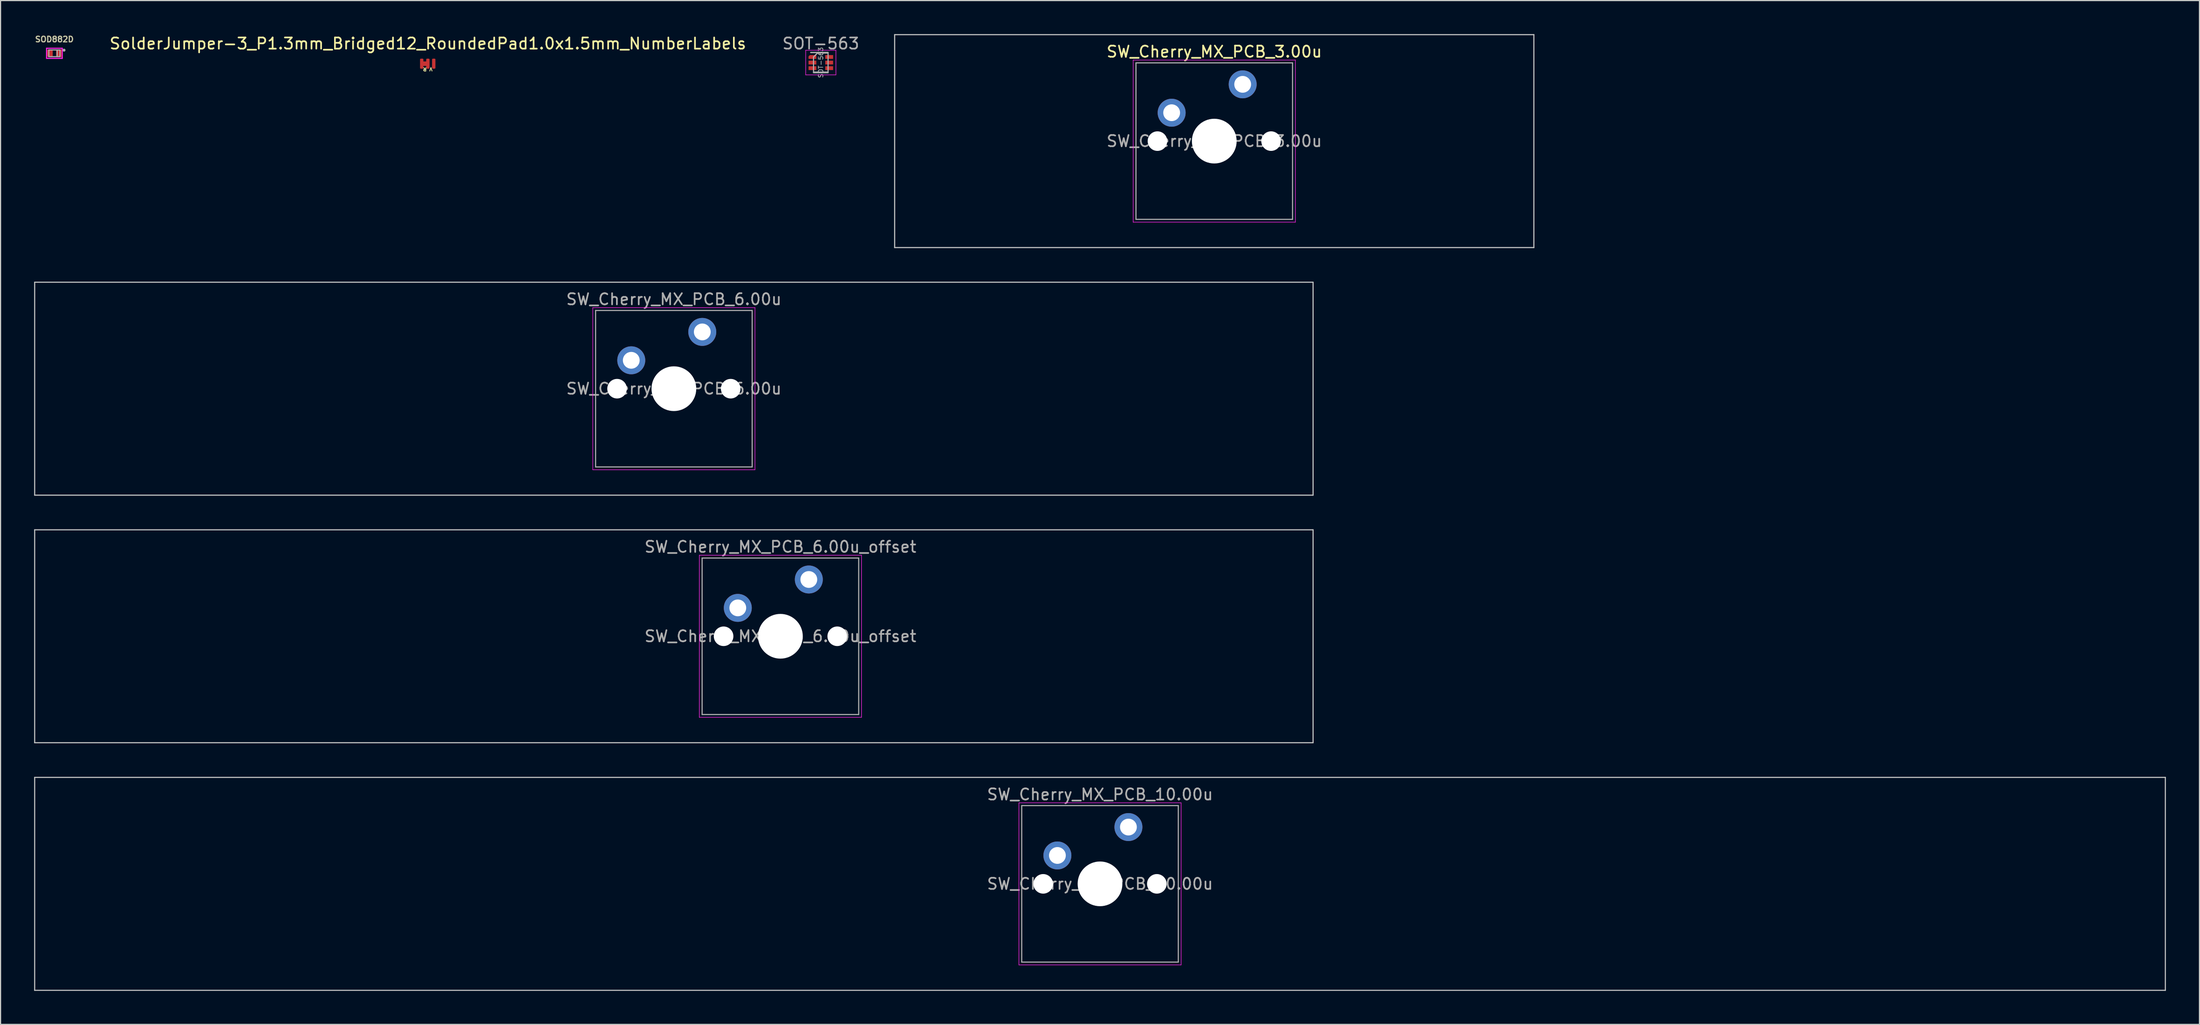
<source format=kicad_pcb>
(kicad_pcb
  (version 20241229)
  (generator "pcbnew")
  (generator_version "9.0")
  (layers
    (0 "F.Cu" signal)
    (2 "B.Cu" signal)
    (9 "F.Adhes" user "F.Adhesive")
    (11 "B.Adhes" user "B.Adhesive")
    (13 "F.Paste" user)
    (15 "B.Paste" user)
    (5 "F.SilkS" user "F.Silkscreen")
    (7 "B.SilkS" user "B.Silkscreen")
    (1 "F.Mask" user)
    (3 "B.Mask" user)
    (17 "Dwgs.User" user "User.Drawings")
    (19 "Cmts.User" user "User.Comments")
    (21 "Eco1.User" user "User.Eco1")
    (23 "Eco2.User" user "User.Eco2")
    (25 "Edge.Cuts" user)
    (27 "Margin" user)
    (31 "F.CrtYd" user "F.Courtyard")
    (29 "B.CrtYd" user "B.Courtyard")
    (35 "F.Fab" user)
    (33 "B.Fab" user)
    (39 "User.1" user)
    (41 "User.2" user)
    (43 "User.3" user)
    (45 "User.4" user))
  (footprint "SW_Cherry_MX_PCB_6.00u"
    (layer "F.Cu")
    (at 57.2 31.725)
    (property "Reference" "SW_Cherry_MX_PCB_6.00u" (at 0 -8 0) (layer "F.Fab") (effects (font (size 1 1) (thickness 0.15))))
    (fp_line (start -57.15 -9.525) (end -57.15 9.525) (stroke (width 0.1) (type solid)) (layer "Dwgs.User"))
    (fp_line (start -57.15 9.525) (end 57.15 9.525) (stroke (width 0.1) (type solid)) (layer "Dwgs.User"))
    (fp_line (start 57.15 -9.525) (end -57.15 -9.525) (stroke (width 0.1) (type solid)) (layer "Dwgs.User"))
    (fp_line (start 57.15 9.525) (end 57.15 -9.525) (stroke (width 0.1) (type solid)) (layer "Dwgs.User"))
    (fp_line (start -7.25 -7.25) (end -7.25 7.25) (stroke (width 0.05) (type solid)) (layer "F.CrtYd"))
    (fp_line (start -7.25 7.25) (end 7.25 7.25) (stroke (width 0.05) (type solid)) (layer "F.CrtYd"))
    (fp_line (start 7.25 -7.25) (end -7.25 -7.25) (stroke (width 0.05) (type solid)) (layer "F.CrtYd"))
    (fp_line (start 7.25 7.25) (end 7.25 -7.25) (stroke (width 0.05) (type solid)) (layer "F.CrtYd"))
    (fp_line (start -7 -7) (end -7 7) (stroke (width 0.1) (type solid)) (layer "F.Fab"))
    (fp_line (start -7 7) (end 7 7) (stroke (width 0.1) (type solid)) (layer "F.Fab"))
    (fp_line (start 7 -7) (end -7 -7) (stroke (width 0.1) (type solid)) (layer "F.Fab"))
    (fp_line (start 7 7) (end 7 -7) (stroke (width 0.1) (type solid)) (layer "F.Fab"))
    (fp_text user "${REFERENCE}" (at 0 0 0) (layer "F.Fab") (effects (font (size 1 1) (thickness 0.15))))
    (pad "" np_thru_hole circle (at -5.08 0) (size 1.75 1.75) (drill 1.75) (layers "*.Cu" "*.Mask"))
    (pad "" np_thru_hole circle (at 0 0) (size 4 4) (drill 4) (layers "*.Cu" "*.Mask"))
    (pad "" np_thru_hole circle (at 5.08 0) (size 1.75 1.75) (drill 1.75) (layers "*.Cu" "*.Mask"))
    (pad "1" thru_hole circle (at -3.81 -2.54) (size 2.5 2.5) (drill 1.5) (layers "*.Cu" "*.Mask"))
    (pad "2" thru_hole circle (at 2.54 -5.08) (size 2.5 2.5) (drill 1.5) (layers "*.Cu" "*.Mask")))
  (footprint "SW_Cherry_MX_PCB_3.00u"
    (layer "F.Cu")
    (at 105.515 9.575)
    (property "Reference" "SW_Cherry_MX_PCB_3.00u" (at 0 -8 0) (layer "F.SilkS") (effects (font (size 1 1) (thickness 0.15))))
    (attr through_hole)
    (fp_line (start -28.575 -9.525) (end -28.575 9.525) (stroke (width 0.1) (type solid)) (layer "Dwgs.User"))
    (fp_line (start -28.575 9.525) (end 28.575 9.525) (stroke (width 0.1) (type solid)) (layer "Dwgs.User"))
    (fp_line (start 28.575 -9.525) (end -28.575 -9.525) (stroke (width 0.1) (type solid)) (layer "Dwgs.User"))
    (fp_line (start 28.575 9.525) (end 28.575 -9.525) (stroke (width 0.1) (type solid)) (layer "Dwgs.User"))
    (fp_line (start -7.25 -7.25) (end -7.25 7.25) (stroke (width 0.05) (type solid)) (layer "F.CrtYd"))
    (fp_line (start -7.25 7.25) (end 7.25 7.25) (stroke (width 0.05) (type solid)) (layer "F.CrtYd"))
    (fp_line (start 7.25 -7.25) (end -7.25 -7.25) (stroke (width 0.05) (type solid)) (layer "F.CrtYd"))
    (fp_line (start 7.25 7.25) (end 7.25 -7.25) (stroke (width 0.05) (type solid)) (layer "F.CrtYd"))
    (fp_line (start -7 -7) (end -7 7) (stroke (width 0.1) (type solid)) (layer "F.Fab"))
    (fp_line (start -7 7) (end 7 7) (stroke (width 0.1) (type solid)) (layer "F.Fab"))
    (fp_line (start 7 -7) (end -7 -7) (stroke (width 0.1) (type solid)) (layer "F.Fab"))
    (fp_line (start 7 7) (end 7 -7) (stroke (width 0.1) (type solid)) (layer "F.Fab"))
    (fp_text user "${REFERENCE}" (at 0 0 0) (layer "F.Fab") (effects (font (size 1 1) (thickness 0.15))))
    (pad "" np_thru_hole circle (at -5.08 0) (size 1.75 1.75) (drill 1.75) (layers "*.Cu" "*.Mask"))
    (pad "" np_thru_hole circle (at 0 0) (size 4 4) (drill 4) (layers "*.Cu" "*.Mask"))
    (pad "" np_thru_hole circle (at 5.08 0) (size 1.75 1.75) (drill 1.75) (layers "*.Cu" "*.Mask"))
    (pad "1" thru_hole circle (at -3.81 -2.54) (size 2.5 2.5) (drill 1.5) (layers "*.Cu" "*.Mask"))
    (pad "2" thru_hole circle (at 2.54 -5.08) (size 2.5 2.5) (drill 1.5) (layers "*.Cu" "*.Mask")))
  (footprint "SOT-563"
    (layer "F.Cu")
    (at 70.337 2.548)
    (property "Reference" "SOT-563" (at 0 -1.7 0) (layer "F.Fab") (effects (font (size 1 1) (thickness 0.15))))
    (attr smd)
    (fp_line (start -1.35 -1.1) (end -1.35 1.1) (stroke (width 0.05) (type solid)) (layer "F.CrtYd"))
    (fp_line (start -1.35 -1.1) (end 1.35 -1.1) (stroke (width 0.05) (type solid)) (layer "F.CrtYd"))
    (fp_line (start 1.35 1.1) (end -1.35 1.1) (stroke (width 0.05) (type solid)) (layer "F.CrtYd"))
    (fp_line (start 1.35 1.1) (end 1.35 -1.1) (stroke (width 0.05) (type solid)) (layer "F.CrtYd"))
    (fp_line (start -0.9 -0.9) (end 0.65 -0.9) (stroke (width 0.12) (type solid)) (layer "F.Fab"))
    (fp_line (start -0.65 -0.5) (end -0.65 0.85) (stroke (width 0.1) (type solid)) (layer "F.Fab"))
    (fp_line (start -0.65 -0.5) (end -0.3 -0.85) (stroke (width 0.1) (type solid)) (layer "F.Fab"))
    (fp_line (start -0.65 0.85) (end 0.65 0.85) (stroke (width 0.1) (type solid)) (layer "F.Fab"))
    (fp_line (start 0.65 -0.85) (end -0.3 -0.85) (stroke (width 0.1) (type solid)) (layer "F.Fab"))
    (fp_line (start 0.65 0.85) (end 0.65 -0.85) (stroke (width 0.1) (type solid)) (layer "F.Fab"))
    (fp_line (start 0.65 0.9) (end -0.65 0.9) (stroke (width 0.12) (type solid)) (layer "F.Fab"))
    (fp_text user "${REFERENCE}" (at 0 0 90) (layer "F.Fab") (effects (font (size 0.4 0.4) (thickness 0.062))))
    (pad "1" smd roundrect (at -0.75 -0.5) (size 0.7 0.34) (layers "F.Cu" "F.Mask" "F.Paste") (roundrect_rratio 0) (chamfer_ratio 0.35) (chamfer top_left))
    (pad "2" smd rect (at -0.75 0) (size 0.7 0.34) (layers "F.Cu" "F.Mask" "F.Paste"))
    (pad "3" smd rect (at -0.75 0.5) (size 0.7 0.34) (layers "F.Cu" "F.Mask" "F.Paste"))
    (pad "4" smd rect (at 0.75 0.5) (size 0.7 0.34) (layers "F.Cu" "F.Mask" "F.Paste"))
    (pad "5" smd rect (at 0.75 0) (size 0.7 0.34) (layers "F.Cu" "F.Mask" "F.Paste"))
    (pad "6" smd rect (at 0.75 -0.5) (size 0.7 0.34) (layers "F.Cu" "F.Mask" "F.Paste")))
  (footprint "SolderJumper-3_P1.3mm_Bridged12_RoundedPad1.0x1.5mm_NumberLabels"
    (layer "F.Cu")
    (at 35.206 2.648)
    (property "Reference" "SolderJumper-3_P1.3mm_Bridged12_RoundedPad1.0x1.5mm_NumberLabels" (at 0 -1.8 180) (layer "F.SilkS") (effects (font (size 1 1) (thickness 0.15))))
    (attr exclude_from_pos_files)
    (fp_line (start -0.4 0) (end -0.15 0) (stroke (width 0.4) (type solid)) (layer "F.Cu"))
    (fp_rect (start -0.4 -0.2) (end -0.15 0.2) (stroke (width 0.01) (type solid)) (fill yes) (layer "F.Mask"))
    (fp_text user "V" (at 0.27 0.49 180) (unlocked yes) (layer "F.SilkS") (effects (font (size 0.3 0.3) (thickness 0.07))))
    (fp_text user "R" (at -0.27 0.49 180) (unlocked yes) (layer "F.SilkS") (effects (font (size 0.3 0.3) (thickness 0.07))))
    (pad "1" smd roundrect (at -0.55 0) (size 0.3 0.9) (layers "F.Cu" "F.Mask") (roundrect_rratio 0.25))
    (pad "2" smd roundrect (at 0 0) (size 0.3 0.9) (layers "F.Cu" "F.Mask") (roundrect_rratio 0.25))
    (pad "3" smd roundrect (at 0.525 0) (size 0.3 0.9) (layers "F.Cu" "F.Mask") (roundrect_rratio 0.25)))
  (footprint "SOD882D"
    (layer "F.Cu")
    (at 1.814 1.718)
    (property "Reference" "SOD882D" (at 0 -1.25 0) (layer "F.SilkS") (effects (font (size 0.5 0.5) (thickness 0.1))))
    (attr smd)
    (fp_line (start -0.7 -0.45) (end 0.7 -0.45) (stroke (width 0.1) (type solid)) (layer "F.CrtYd"))
    (fp_line (start -0.7 0.45) (end -0.7 -0.45) (stroke (width 0.1) (type solid)) (layer "F.CrtYd"))
    (fp_line (start 0.7 -0.45) (end 0.7 0.45) (stroke (width 0.1) (type solid)) (layer "F.CrtYd"))
    (fp_line (start 0.7 0.45) (end -0.7 0.45) (stroke (width 0.1) (type solid)) (layer "F.CrtYd"))
    (fp_line (start -0.5 -0.3) (end 0.5 -0.3) (stroke (width 0.1) (type solid)) (layer "F.Fab"))
    (fp_line (start -0.5 0.3) (end -0.5 -0.3) (stroke (width 0.1) (type solid)) (layer "F.Fab"))
    (fp_line (start 0.25 -0.3) (end 0.25 0.3) (stroke (width 0.1) (type solid)) (layer "F.Fab"))
    (fp_line (start 0.5 -0.3) (end 0.5 0.3) (stroke (width 0.1) (type solid)) (layer "F.Fab"))
    (fp_line (start 0.5 0.3) (end -0.5 0.3) (stroke (width 0.1) (type solid)) (layer "F.Fab"))
    (fp_circle (center 0.86 -0.28) (end 0.87 -0.28) (stroke (width 0.12) (type solid)) (fill no) (layer "F.Fab"))
    (fp_text user "${REFERENCE}" (at 0 -1.25 0) (layer "F.Fab") (effects (font (size 0.5 0.5) (thickness 0.05))))
    (pad "1" smd rect (at 0.4 0) (size 0.5 0.7) (layers "F.Cu" "F.Mask" "F.Paste"))
    (pad "2" smd roundrect (at -0.4 0) (size 0.5 0.7) (layers "F.Cu" "F.Mask" "F.Paste") (roundrect_rratio 0.25)))
  (footprint "SW_Cherry_MX_PCB_6.00u_offset"
    (layer "F.Cu")
    (at 66.725 53.875)
    (property "Reference" "SW_Cherry_MX_PCB_6.00u_offset" (at 0 -8 0) (layer "F.Fab") (effects (font (size 1 1) (thickness 0.15))))
    (fp_line (start -66.675 -9.525) (end -66.675 9.525) (stroke (width 0.1) (type solid)) (layer "Dwgs.User"))
    (fp_line (start -66.675 9.525) (end 47.625 9.525) (stroke (width 0.1) (type solid)) (layer "Dwgs.User"))
    (fp_line (start 47.625 -9.525) (end -66.675 -9.525) (stroke (width 0.1) (type solid)) (layer "Dwgs.User"))
    (fp_line (start 47.625 9.525) (end 47.625 -9.525) (stroke (width 0.1) (type solid)) (layer "Dwgs.User"))
    (fp_line (start -7.25 -7.25) (end -7.25 7.25) (stroke (width 0.05) (type solid)) (layer "F.CrtYd"))
    (fp_line (start -7.25 7.25) (end 7.25 7.25) (stroke (width 0.05) (type solid)) (layer "F.CrtYd"))
    (fp_line (start 7.25 -7.25) (end -7.25 -7.25) (stroke (width 0.05) (type solid)) (layer "F.CrtYd"))
    (fp_line (start 7.25 7.25) (end 7.25 -7.25) (stroke (width 0.05) (type solid)) (layer "F.CrtYd"))
    (fp_line (start -7 -7) (end -7 7) (stroke (width 0.1) (type solid)) (layer "F.Fab"))
    (fp_line (start -7 7) (end 7 7) (stroke (width 0.1) (type solid)) (layer "F.Fab"))
    (fp_line (start 7 -7) (end -7 -7) (stroke (width 0.1) (type solid)) (layer "F.Fab"))
    (fp_line (start 7 7) (end 7 -7) (stroke (width 0.1) (type solid)) (layer "F.Fab"))
    (fp_text user "${REFERENCE}" (at 0 0 0) (layer "F.Fab") (effects (font (size 1 1) (thickness 0.15))))
    (pad "" np_thru_hole circle (at -5.08 0) (size 1.75 1.75) (drill 1.75) (layers "*.Cu" "*.Mask"))
    (pad "" np_thru_hole circle (at 0 0) (size 4 4) (drill 4) (layers "*.Cu" "*.Mask"))
    (pad "" np_thru_hole circle (at 5.08 0) (size 1.75 1.75) (drill 1.75) (layers "*.Cu" "*.Mask"))
    (pad "1" thru_hole circle (at -3.81 -2.54) (size 2.5 2.5) (drill 1.5) (layers "*.Cu" "*.Mask"))
    (pad "2" thru_hole circle (at 2.54 -5.08) (size 2.5 2.5) (drill 1.5) (layers "*.Cu" "*.Mask")))
  (footprint "SW_Cherry_MX_PCB_10.00u"
    (layer "F.Cu")
    (at 95.3 76.025)
    (property "Reference" "SW_Cherry_MX_PCB_10.00u" (at 0 -8 0) (layer "F.Fab") (effects (font (size 1 1) (thickness 0.15))))
    (fp_line (start -95.25 -9.525) (end -95.25 9.525) (stroke (width 0.1) (type solid)) (layer "Dwgs.User"))
    (fp_line (start -95.25 9.525) (end 95.25 9.525) (stroke (width 0.1) (type solid)) (layer "Dwgs.User"))
    (fp_line (start 95.25 -9.525) (end -95.25 -9.525) (stroke (width 0.1) (type solid)) (layer "Dwgs.User"))
    (fp_line (start 95.25 9.525) (end 95.25 -9.525) (stroke (width 0.1) (type solid)) (layer "Dwgs.User"))
    (fp_line (start -7.25 -7.25) (end -7.25 7.25) (stroke (width 0.05) (type solid)) (layer "F.CrtYd"))
    (fp_line (start -7.25 7.25) (end 7.25 7.25) (stroke (width 0.05) (type solid)) (layer "F.CrtYd"))
    (fp_line (start 7.25 -7.25) (end -7.25 -7.25) (stroke (width 0.05) (type solid)) (layer "F.CrtYd"))
    (fp_line (start 7.25 7.25) (end 7.25 -7.25) (stroke (width 0.05) (type solid)) (layer "F.CrtYd"))
    (fp_line (start -7 -7) (end -7 7) (stroke (width 0.1) (type solid)) (layer "F.Fab"))
    (fp_line (start -7 7) (end 7 7) (stroke (width 0.1) (type solid)) (layer "F.Fab"))
    (fp_line (start 7 -7) (end -7 -7) (stroke (width 0.1) (type solid)) (layer "F.Fab"))
    (fp_line (start 7 7) (end 7 -7) (stroke (width 0.1) (type solid)) (layer "F.Fab"))
    (fp_text user "${REFERENCE}" (at 0 0 0) (layer "F.Fab") (effects (font (size 1 1) (thickness 0.15))))
    (pad "" np_thru_hole circle (at -5.08 0) (size 1.75 1.75) (drill 1.75) (layers "*.Cu" "*.Mask"))
    (pad "" np_thru_hole circle (at 0 0) (size 4 4) (drill 4) (layers "*.Cu" "*.Mask"))
    (pad "" np_thru_hole circle (at 5.08 0) (size 1.75 1.75) (drill 1.75) (layers "*.Cu" "*.Mask"))
    (pad "1" thru_hole circle (at -3.81 -2.54) (size 2.5 2.5) (drill 1.5) (layers "*.Cu" "*.Mask"))
    (pad "2" thru_hole circle (at 2.54 -5.08) (size 2.5 2.5) (drill 1.5) (layers "*.Cu" "*.Mask")))
  (gr_rect
    (start -3 -3)
    (end 193.6 88.6)
    (stroke (width 0.1) (type default))
    (fill no)
    (layer "Edge.Cuts")))
</source>
